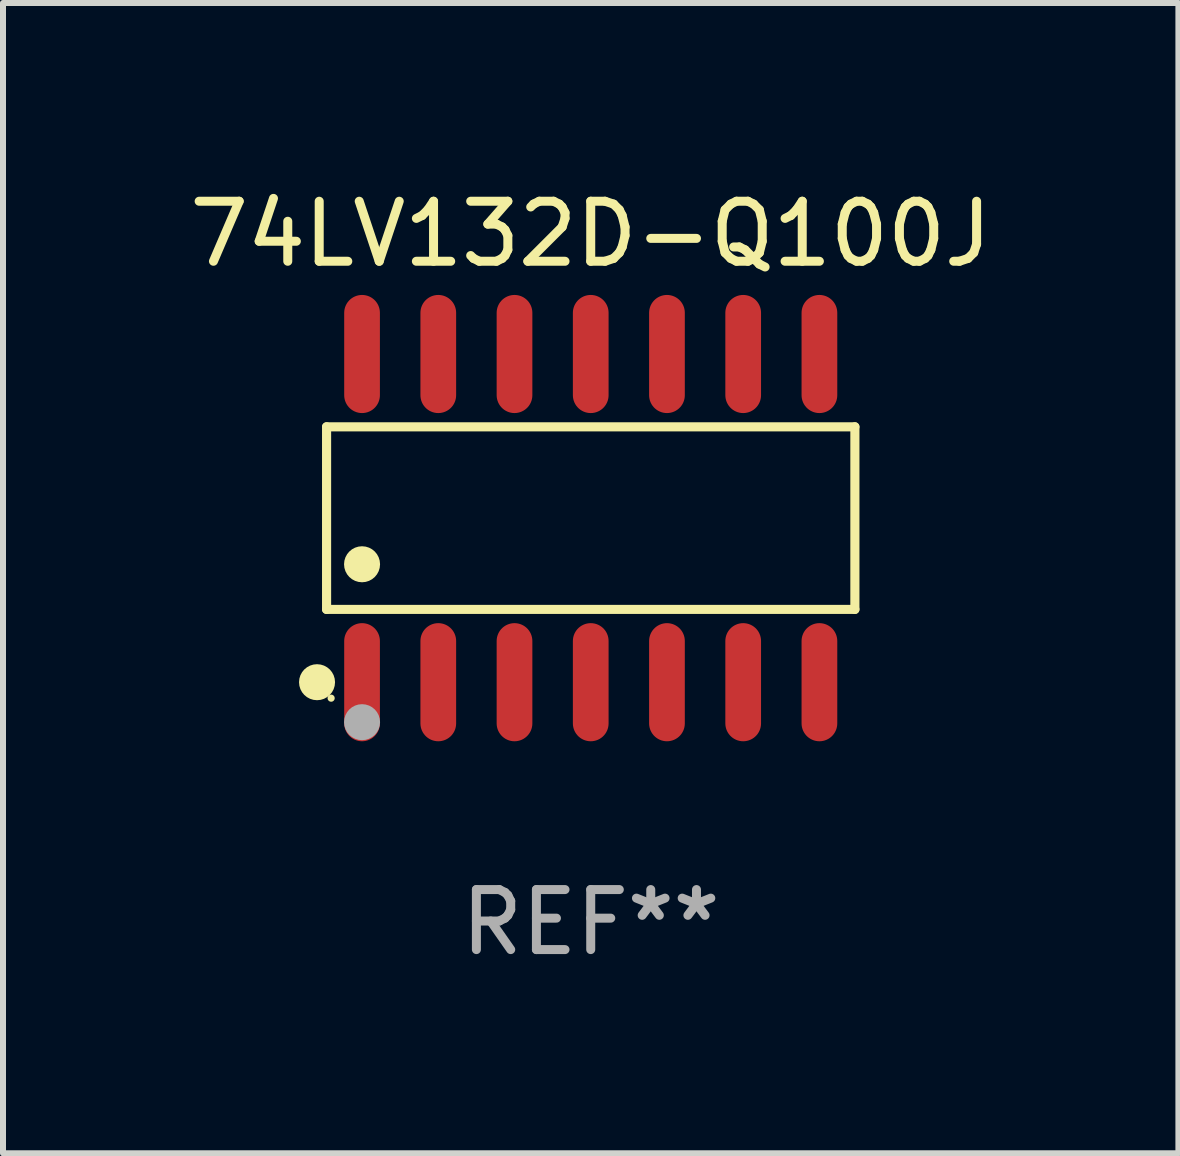
<source format=kicad_pcb>
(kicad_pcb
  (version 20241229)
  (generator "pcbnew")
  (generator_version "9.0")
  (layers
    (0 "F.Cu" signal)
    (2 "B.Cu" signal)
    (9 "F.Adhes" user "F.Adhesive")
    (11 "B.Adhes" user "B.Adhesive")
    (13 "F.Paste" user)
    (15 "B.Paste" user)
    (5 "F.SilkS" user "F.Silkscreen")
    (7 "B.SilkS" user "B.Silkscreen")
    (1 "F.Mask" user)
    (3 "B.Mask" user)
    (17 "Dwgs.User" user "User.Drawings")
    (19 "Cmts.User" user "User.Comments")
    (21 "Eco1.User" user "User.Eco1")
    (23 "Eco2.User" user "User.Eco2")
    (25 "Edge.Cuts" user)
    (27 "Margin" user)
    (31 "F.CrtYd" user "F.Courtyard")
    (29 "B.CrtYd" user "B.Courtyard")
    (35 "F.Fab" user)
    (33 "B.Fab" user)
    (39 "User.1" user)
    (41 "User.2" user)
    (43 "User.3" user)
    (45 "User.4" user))
  (footprint "74LV132D-Q100J"
    (layer "F.Cu")
    (at 6.792 5.582)
    (property "Reference" "74LV132D-Q100J" (at 0 -4.734 0) (layer "F.SilkS") (effects (font (size 1 1) (thickness 0.15))))
    (attr through_hole)
    (fp_line (start -4.401 -1.521) (end 4.401 -1.521) (stroke (width 0.152) (type solid)) (layer "F.SilkS"))
    (fp_line (start -4.401 1.521) (end -4.401 -1.521) (stroke (width 0.152) (type solid)) (layer "F.SilkS"))
    (fp_line (start 4.401 -1.521) (end 4.401 1.521) (stroke (width 0.152) (type solid)) (layer "F.SilkS"))
    (fp_line (start 4.401 1.521) (end -4.401 1.521) (stroke (width 0.152) (type solid)) (layer "F.SilkS"))
    (fp_circle (center -4.56 2.734) (end -4.41 2.734) (stroke (width 0.3) (type solid)) (fill no) (layer "F.SilkS"))
    (fp_circle (center -4.325 3) (end -4.295 3) (stroke (width 0.06) (type solid)) (fill no) (layer "F.SilkS"))
    (fp_circle (center -3.81 0.769) (end -3.66 0.769) (stroke (width 0.3) (type solid)) (fill no) (layer "F.SilkS"))
    (fp_circle (center -3.81 3.4) (end -3.66 3.4) (stroke (width 0.3) (type solid)) (fill no) (layer "F.Fab"))
    (fp_text user "REF**" (at 0 6.734 0) (layer "F.Fab") (effects (font (size 1 1) (thickness 0.15))))
    (pad "1" smd oval (at -3.81 2.734) (size 0.595 1.968) (layers "F.Cu" "F.Mask" "F.Paste"))
    (pad "2" smd oval (at -2.54 2.734) (size 0.595 1.968) (layers "F.Cu" "F.Mask" "F.Paste"))
    (pad "3" smd oval (at -1.27 2.734) (size 0.595 1.968) (layers "F.Cu" "F.Mask" "F.Paste"))
    (pad "4" smd oval (at 0 2.734) (size 0.595 1.968) (layers "F.Cu" "F.Mask" "F.Paste"))
    (pad "5" smd oval (at 1.27 2.734) (size 0.595 1.968) (layers "F.Cu" "F.Mask" "F.Paste"))
    (pad "6" smd oval (at 2.54 2.734) (size 0.595 1.968) (layers "F.Cu" "F.Mask" "F.Paste"))
    (pad "7" smd oval (at 3.81 2.734) (size 0.595 1.968) (layers "F.Cu" "F.Mask" "F.Paste"))
    (pad "8" smd oval (at 3.81 -2.734) (size 0.595 1.968) (layers "F.Cu" "F.Mask" "F.Paste"))
    (pad "9" smd oval (at 2.54 -2.734) (size 0.595 1.968) (layers "F.Cu" "F.Mask" "F.Paste"))
    (pad "10" smd oval (at 1.27 -2.734) (size 0.595 1.968) (layers "F.Cu" "F.Mask" "F.Paste"))
    (pad "11" smd oval (at 0 -2.734) (size 0.595 1.968) (layers "F.Cu" "F.Mask" "F.Paste"))
    (pad "12" smd oval (at -1.27 -2.734) (size 0.595 1.968) (layers "F.Cu" "F.Mask" "F.Paste"))
    (pad "13" smd oval (at -2.54 -2.734) (size 0.595 1.968) (layers "F.Cu" "F.Mask" "F.Paste"))
    (pad "14" smd oval (at -3.81 -2.734) (size 0.595 1.968) (layers "F.Cu" "F.Mask" "F.Paste")))
  (gr_rect
    (start -3 -3)
    (end 16.583 16.164)
    (stroke (width 0.1) (type default))
    (fill no)
    (layer "Edge.Cuts")))
</source>
